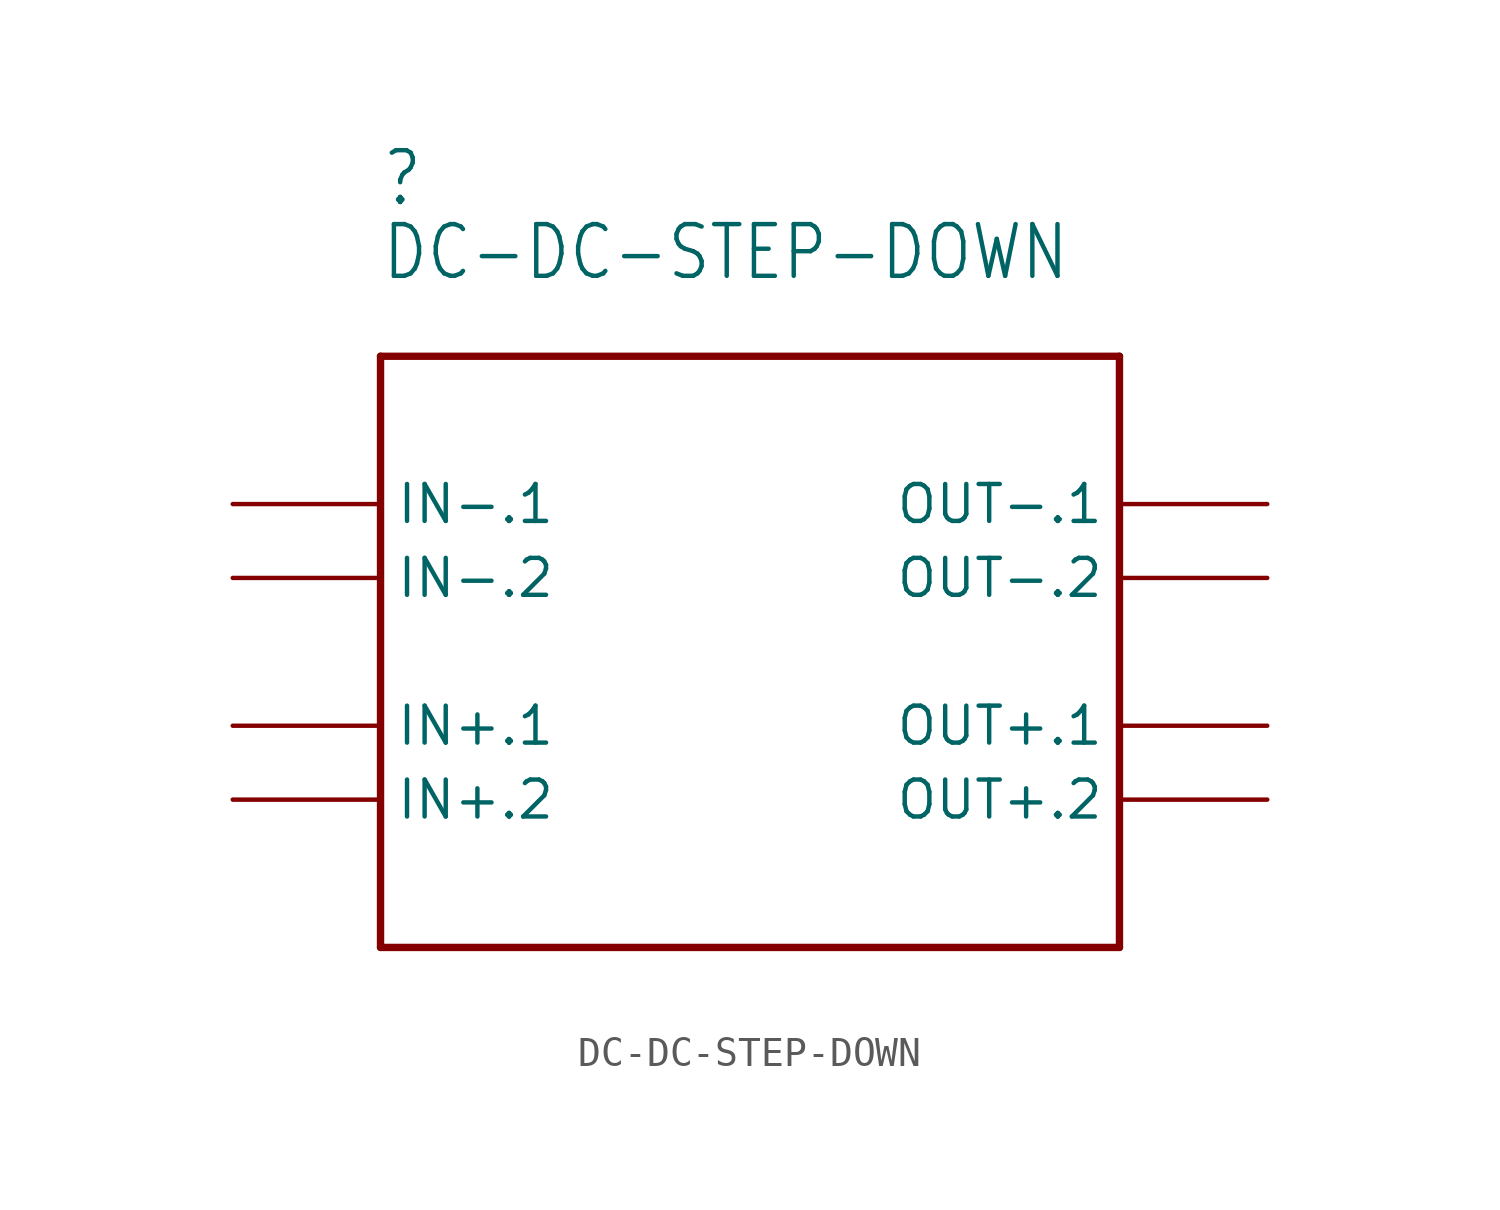
<source format=kicad_sym>
(kicad_symbol_lib
  (version 20211014)
  (generator kicad_symbol_editor)
  (symbol "DC-DC-STEP-DOWN"
    (property "Reference" ""
      (at -12.7 15.24 0)
      (effects (font (size 1.778 1.511)) (justify left bottom)))
    (property "Value" "DC-DC-STEP-DOWN"
      (at -12.7 12.7 0)
      (effects (font (size 1.778 1.511)) (justify left bottom)))
    (property "ki_locked" ""
      (at 0 0 0)
      (effects (font (size 1.27 1.27))))
    (symbol "DC-DC-STEP-DOWN_1_0"
      (polyline (pts (xy -12.7 -10.16) (xy -12.7 10.16)) (stroke (width 0.254) (type default) (color 0 0 0 0)) (fill (type none)))
      (polyline (pts (xy -12.7 10.16) (xy 12.7 10.16)) (stroke (width 0.254) (type default) (color 0 0 0 0)) (fill (type none)))
      (polyline (pts (xy 12.7 -10.16) (xy -12.7 -10.16)) (stroke (width 0.254) (type default) (color 0 0 0 0)) (fill (type none)))
      (polyline (pts (xy 12.7 10.16) (xy 12.7 -10.16)) (stroke (width 0.254) (type default) (color 0 0 0 0)) (fill (type none)))
      (pin bidirectional line (at -17.78 -2.54 0) (length 5.08) (name "IN+.1" (effects (font (size 1.27 1.27)))) (number "IN+.1" (effects (font (size 0 0)))))
      (pin bidirectional line (at -17.78 -5.08 0) (length 5.08) (name "IN+.2" (effects (font (size 1.27 1.27)))) (number "IN+.2" (effects (font (size 0 0)))))
      (pin bidirectional line (at -17.78 5.08 0) (length 5.08) (name "IN-.1" (effects (font (size 1.27 1.27)))) (number "IN-.1" (effects (font (size 0 0)))))
      (pin bidirectional line (at -17.78 2.54 0) (length 5.08) (name "IN-.2" (effects (font (size 1.27 1.27)))) (number "IN-.2" (effects (font (size 0 0)))))
      (pin bidirectional line (at 17.78 -2.54 180) (length 5.08) (name "OUT+.1" (effects (font (size 1.27 1.27)))) (number "OUT+.1" (effects (font (size 0 0)))))
      (pin bidirectional line (at 17.78 -5.08 180) (length 5.08) (name "OUT+.2" (effects (font (size 1.27 1.27)))) (number "OUT+.2" (effects (font (size 0 0)))))
      (pin bidirectional line (at 17.78 5.08 180) (length 5.08) (name "OUT-.1" (effects (font (size 1.27 1.27)))) (number "OUT-.1" (effects (font (size 0 0)))))
      (pin bidirectional line (at 17.78 2.54 180) (length 5.08) (name "OUT-.2" (effects (font (size 1.27 1.27)))) (number "OUT-.2" (effects (font (size 0 0))))))))
</source>
